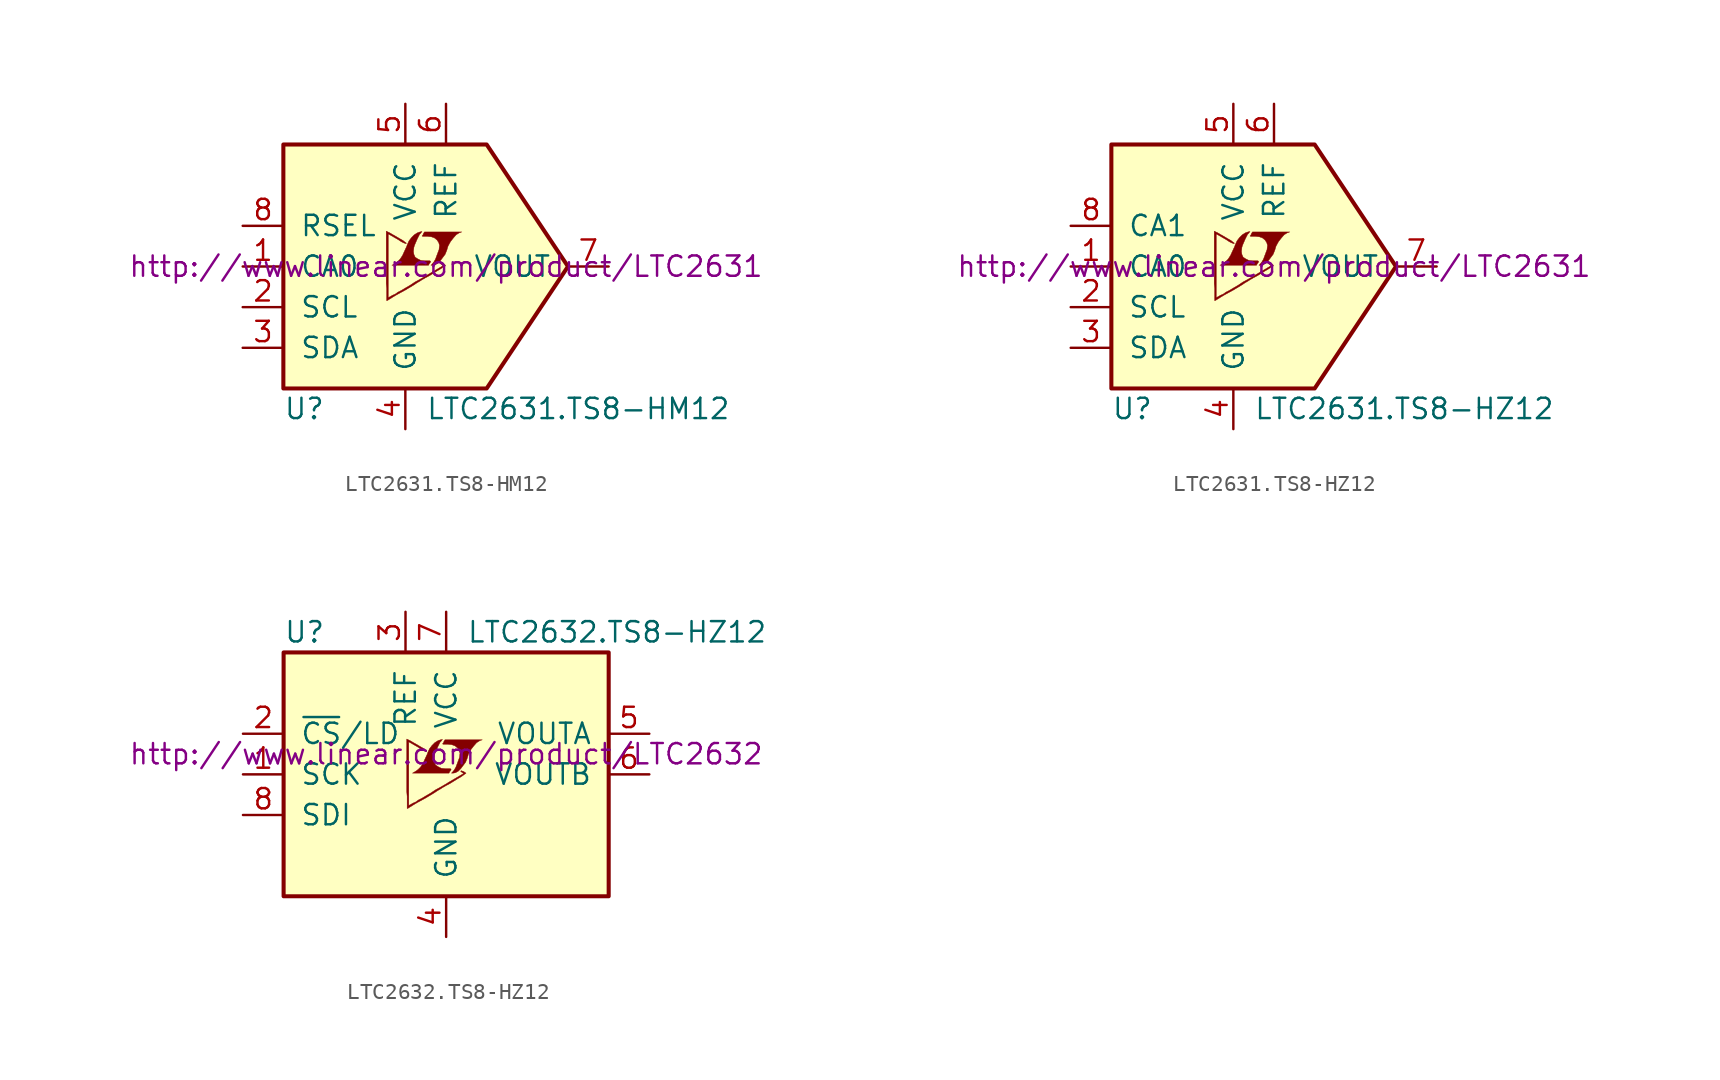
<source format=kicad_sym>
(kicad_symbol_lib
  (version 20201005)
  (generator kicad_symbol_editor)
  (symbol "LTC2631.TS8-HM12"
    (pin_names
      (offset 1.016))
    (property "Reference" "U"
      (at -7.62 -8.89 0)
      (effects (font (size 1.27 1.27)) (justify left)))
    (property "Value" "LTC2631.TS8-HM12"
      (at 1.27 -8.89 0)
      (effects (font (size 1.27 1.27)) (justify left)))
    (property "Datasheet" "http://www.linear.com/product/LTC2631"
      (at 2.54 0 0)
      (effects (font (size 1.27 1.27))))
    (symbol "LTC2631.TS8-HM12_0_0"
      (polyline (pts (xy 1.854 0.102) (xy 2.032 0.203) (xy 2.184 0.356) (xy 2.489 0.762) (xy 2.591 1.016) (xy 2.667 1.27) (xy 2.819 1.549) (xy 2.997 1.778) (xy 3.175 1.981) (xy 3.378 2.108) (xy 3.531 2.159) (xy 1.194 2.159) (xy 1.118 2.032) (xy 1.118 2.007) (xy 1.067 1.93) (xy 1.041 1.905) (xy 1.092 1.88) (xy 1.372 1.88) (xy 1.626 1.854) (xy 1.829 1.778) (xy 1.981 1.651) (xy 2.083 1.499) (xy 2.134 1.321) (xy 2.108 1.092) (xy 2.108 1.067) (xy 1.88 0.457) (xy 1.778 0.279) (xy 1.676 0.152) (xy 1.6 0.076) (xy 1.702 0.076) (xy 1.854 0.102)) (stroke (width 0.025)) (fill (type outline)))
      (polyline (pts (xy 1.499 0.178) (xy 1.524 0.203) (xy 1.575 0.279) (xy 1.575 0.33) (xy 1.524 0.356) (xy 1.219 0.356) (xy 0.965 0.381) (xy 0.762 0.483) (xy 0.61 0.584) (xy 0.533 0.762) (xy 0.508 0.94) (xy 0.533 1.168) (xy 0.533 1.194) (xy 0.584 1.346) (xy 0.737 1.702) (xy 0.889 2.007) (xy 0.965 2.083) (xy 1.041 2.184) (xy 0.914 2.159) (xy 0.762 2.108) (xy 0.559 1.981) (xy 0.381 1.803) (xy 0.229 1.6) (xy 0.102 1.321) (xy 0.102 1.295) (xy -0.051 0.965) (xy -0.178 0.686) (xy -0.33 0.457) (xy -0.483 0.305) (xy -0.66 0.178) (xy -0.838 0.076) (xy 1.448 0.076) (xy 1.499 0.178)) (stroke (width 0.025)) (fill (type outline)))
      (polyline (pts (xy -1.092 -2.108) (xy -1.016 -2.057) (xy -0.889 -1.981) (xy -0.813 -1.93) (xy -0.559 -1.778) (xy 0 -1.473) (xy 0.508 -1.168) (xy 0.737 -1.016) (xy 0.914 -0.914) (xy 1.067 -0.813) (xy 1.168 -0.762) (xy 1.245 -0.711) (xy 1.397 -0.635) (xy 1.575 -0.533) (xy 1.981 -0.279) (xy 2.159 -0.178) (xy 2.311 -0.076) (xy 2.413 0) (xy 2.489 0.051) (xy 2.515 0.076) (xy 2.362 0.178) (xy 2.21 0.229) (xy 2.184 0.203) (xy 2.184 0.178) (xy 2.261 0.127) (xy 2.362 0.051) (xy 1.448 -0.483) (xy 1.245 -0.61) (xy 0.94 -0.787) (xy 0.61 -0.965) (xy 0.305 -1.168) (xy 0 -1.346) (xy -0.254 -1.499) (xy -0.457 -1.6) (xy -0.635 -1.727) (xy -0.813 -1.803) (xy -0.94 -1.88) (xy -1.041 -1.93) (xy -1.067 -1.956) (xy -1.067 2.032) (xy -0.533 1.727) (xy -0.406 1.651) (xy -0.254 1.549) (xy -0.102 1.473) (xy -0.025 1.448) (xy 0.025 1.422) (xy 0.051 1.422) (xy 0.051 1.473) (xy -0.025 1.524) (xy -0.152 1.626) (xy -0.33 1.727) (xy -0.457 1.803) (xy -0.813 2.007) (xy -0.94 2.083) (xy -1.194 2.21) (xy -1.194 -1.067) (xy -1.168 -1.372) (xy -1.168 -2.134) (xy -1.143 -2.134) (xy -1.092 -2.108)) (stroke (width 0.025)) (fill (type outline))))
    (symbol "LTC2631.TS8-HM12_0_1"
      (polyline (pts (xy 10.16 0) (xy 5.08 7.62) (xy -7.62 7.62) (xy -7.62 -7.62) (xy 5.08 -7.62) (xy 10.16 0)) (stroke (width 0.254)) (fill (type background))))
    (symbol "LTC2631.TS8-HM12_1_1"
      (pin input line (at -10.16 0 0) (length 2.54) (name "CA0" (effects (font (size 1.27 1.27)))) (number "1" (effects (font (size 1.27 1.27)))))
      (pin input line (at -10.16 -2.54 0) (length 2.54) (name "SCL" (effects (font (size 1.27 1.27)))) (number "2" (effects (font (size 1.27 1.27)))))
      (pin input line (at -10.16 -5.08 0) (length 2.54) (name "SDA" (effects (font (size 1.27 1.27)))) (number "3" (effects (font (size 1.27 1.27)))))
      (pin power_in line (at 0 -10.16 90) (length 2.54) (name "GND" (effects (font (size 1.27 1.27)))) (number "4" (effects (font (size 1.27 1.27)))))
      (pin power_in line (at 0 10.16 270) (length 2.54) (name "VCC" (effects (font (size 1.27 1.27)))) (number "5" (effects (font (size 1.27 1.27)))))
      (pin passive line (at 2.54 10.16 270) (length 2.54) (name "REF" (effects (font (size 1.27 1.27)))) (number "6" (effects (font (size 1.27 1.27)))))
      (pin output line (at 12.7 0 180) (length 2.54) (name "VOUT" (effects (font (size 1.27 1.27)))) (number "7" (effects (font (size 1.27 1.27)))))
      (pin input line (at -10.16 2.54 0) (length 2.54) (name "RSEL" (effects (font (size 1.27 1.27)))) (number "8" (effects (font (size 1.27 1.27)))))))
  (symbol "LTC2631.TS8-HZ12"
    (pin_names
      (offset 1.016))
    (property "Reference" "U"
      (at -7.62 -8.89 0)
      (effects (font (size 1.27 1.27)) (justify left)))
    (property "Value" "LTC2631.TS8-HZ12"
      (at 1.27 -8.89 0)
      (effects (font (size 1.27 1.27)) (justify left)))
    (property "Datasheet" "http://www.linear.com/product/LTC2631"
      (at 2.54 0 0)
      (effects (font (size 1.27 1.27))))
    (symbol "LTC2631.TS8-HZ12_0_0"
      (polyline (pts (xy 1.854 0.102) (xy 2.032 0.203) (xy 2.184 0.356) (xy 2.489 0.762) (xy 2.591 1.016) (xy 2.667 1.27) (xy 2.819 1.549) (xy 2.997 1.778) (xy 3.175 1.981) (xy 3.378 2.108) (xy 3.531 2.159) (xy 1.194 2.159) (xy 1.118 2.032) (xy 1.118 2.007) (xy 1.067 1.93) (xy 1.041 1.905) (xy 1.092 1.88) (xy 1.372 1.88) (xy 1.626 1.854) (xy 1.829 1.778) (xy 1.981 1.651) (xy 2.083 1.499) (xy 2.134 1.321) (xy 2.108 1.092) (xy 2.108 1.067) (xy 1.88 0.457) (xy 1.778 0.279) (xy 1.676 0.152) (xy 1.6 0.076) (xy 1.702 0.076) (xy 1.854 0.102)) (stroke (width 0.025)) (fill (type outline)))
      (polyline (pts (xy 1.499 0.178) (xy 1.524 0.203) (xy 1.575 0.279) (xy 1.575 0.33) (xy 1.524 0.356) (xy 1.219 0.356) (xy 0.965 0.381) (xy 0.762 0.483) (xy 0.61 0.584) (xy 0.533 0.762) (xy 0.508 0.94) (xy 0.533 1.168) (xy 0.533 1.194) (xy 0.584 1.346) (xy 0.737 1.702) (xy 0.889 2.007) (xy 0.965 2.083) (xy 1.041 2.184) (xy 0.914 2.159) (xy 0.762 2.108) (xy 0.559 1.981) (xy 0.381 1.803) (xy 0.229 1.6) (xy 0.102 1.321) (xy 0.102 1.295) (xy -0.051 0.965) (xy -0.178 0.686) (xy -0.33 0.457) (xy -0.483 0.305) (xy -0.66 0.178) (xy -0.838 0.076) (xy 1.448 0.076) (xy 1.499 0.178)) (stroke (width 0.025)) (fill (type outline)))
      (polyline (pts (xy -1.092 -2.108) (xy -1.016 -2.057) (xy -0.889 -1.981) (xy -0.813 -1.93) (xy -0.559 -1.778) (xy 0 -1.473) (xy 0.508 -1.168) (xy 0.737 -1.016) (xy 0.914 -0.914) (xy 1.067 -0.813) (xy 1.168 -0.762) (xy 1.245 -0.711) (xy 1.397 -0.635) (xy 1.575 -0.533) (xy 1.981 -0.279) (xy 2.159 -0.178) (xy 2.311 -0.076) (xy 2.413 0) (xy 2.489 0.051) (xy 2.515 0.076) (xy 2.362 0.178) (xy 2.21 0.229) (xy 2.184 0.203) (xy 2.184 0.178) (xy 2.261 0.127) (xy 2.362 0.051) (xy 1.448 -0.483) (xy 1.245 -0.61) (xy 0.94 -0.787) (xy 0.61 -0.965) (xy 0.305 -1.168) (xy 0 -1.346) (xy -0.254 -1.499) (xy -0.457 -1.6) (xy -0.635 -1.727) (xy -0.813 -1.803) (xy -0.94 -1.88) (xy -1.041 -1.93) (xy -1.067 -1.956) (xy -1.067 2.032) (xy -0.533 1.727) (xy -0.406 1.651) (xy -0.254 1.549) (xy -0.102 1.473) (xy -0.025 1.448) (xy 0.025 1.422) (xy 0.051 1.422) (xy 0.051 1.473) (xy -0.025 1.524) (xy -0.152 1.626) (xy -0.33 1.727) (xy -0.457 1.803) (xy -0.813 2.007) (xy -0.94 2.083) (xy -1.194 2.21) (xy -1.194 -1.067) (xy -1.168 -1.372) (xy -1.168 -2.134) (xy -1.143 -2.134) (xy -1.092 -2.108)) (stroke (width 0.025)) (fill (type outline))))
    (symbol "LTC2631.TS8-HZ12_0_1"
      (polyline (pts (xy 10.16 0) (xy 5.08 7.62) (xy -7.62 7.62) (xy -7.62 -7.62) (xy 5.08 -7.62) (xy 10.16 0)) (stroke (width 0.254)) (fill (type background))))
    (symbol "LTC2631.TS8-HZ12_1_1"
      (pin input line (at -10.16 0 0) (length 2.54) (name "CA0" (effects (font (size 1.27 1.27)))) (number "1" (effects (font (size 1.27 1.27)))))
      (pin input line (at -10.16 -2.54 0) (length 2.54) (name "SCL" (effects (font (size 1.27 1.27)))) (number "2" (effects (font (size 1.27 1.27)))))
      (pin input line (at -10.16 -5.08 0) (length 2.54) (name "SDA" (effects (font (size 1.27 1.27)))) (number "3" (effects (font (size 1.27 1.27)))))
      (pin power_in line (at 0 -10.16 90) (length 2.54) (name "GND" (effects (font (size 1.27 1.27)))) (number "4" (effects (font (size 1.27 1.27)))))
      (pin power_in line (at 0 10.16 270) (length 2.54) (name "VCC" (effects (font (size 1.27 1.27)))) (number "5" (effects (font (size 1.27 1.27)))))
      (pin passive line (at 2.54 10.16 270) (length 2.54) (name "REF" (effects (font (size 1.27 1.27)))) (number "6" (effects (font (size 1.27 1.27)))))
      (pin output line (at 12.7 0 180) (length 2.54) (name "VOUT" (effects (font (size 1.27 1.27)))) (number "7" (effects (font (size 1.27 1.27)))))
      (pin input line (at -10.16 2.54 0) (length 2.54) (name "CA1" (effects (font (size 1.27 1.27)))) (number "8" (effects (font (size 1.27 1.27)))))))
  (symbol "LTC2632.TS8-HZ12"
    (pin_names
      (offset 1.016))
    (property "Reference" "U"
      (at -10.16 8.89 0)
      (effects (font (size 1.27 1.27)) (justify left)))
    (property "Value" "LTC2632.TS8-HZ12"
      (at 1.27 8.89 0)
      (effects (font (size 1.27 1.27)) (justify left)))
    (property "Datasheet" "http://www.linear.com/product/LTC2632"
      (at 0 1.27 0)
      (effects (font (size 1.27 1.27))))
    (symbol "LTC2632.TS8-HZ12_0_0"
      (polyline (pts (xy 0.584 0.102) (xy 0.762 0.203) (xy 0.914 0.356) (xy 1.219 0.762) (xy 1.321 1.016) (xy 1.397 1.27) (xy 1.549 1.549) (xy 1.727 1.778) (xy 1.905 1.981) (xy 2.108 2.108) (xy 2.261 2.159) (xy -0.076 2.159) (xy -0.152 2.032) (xy -0.152 2.007) (xy -0.203 1.93) (xy -0.229 1.905) (xy -0.178 1.88) (xy 0.102 1.88) (xy 0.356 1.854) (xy 0.559 1.778) (xy 0.711 1.651) (xy 0.813 1.499) (xy 0.864 1.321) (xy 0.838 1.092) (xy 0.838 1.067) (xy 0.61 0.457) (xy 0.508 0.279) (xy 0.406 0.152) (xy 0.33 0.076) (xy 0.432 0.076) (xy 0.584 0.102)) (stroke (width 0.025)) (fill (type outline)))
      (polyline (pts (xy 0.229 0.178) (xy 0.254 0.203) (xy 0.305 0.279) (xy 0.305 0.33) (xy 0.254 0.356) (xy -0.051 0.356) (xy -0.305 0.381) (xy -0.508 0.483) (xy -0.66 0.584) (xy -0.737 0.762) (xy -0.762 0.94) (xy -0.737 1.168) (xy -0.737 1.194) (xy -0.686 1.346) (xy -0.533 1.702) (xy -0.381 2.007) (xy -0.305 2.083) (xy -0.229 2.184) (xy -0.356 2.159) (xy -0.508 2.108) (xy -0.711 1.981) (xy -0.889 1.803) (xy -1.041 1.6) (xy -1.168 1.321) (xy -1.168 1.295) (xy -1.321 0.965) (xy -1.448 0.686) (xy -1.6 0.457) (xy -1.753 0.305) (xy -1.93 0.178) (xy -2.108 0.076) (xy 0.178 0.076) (xy 0.229 0.178)) (stroke (width 0.025)) (fill (type outline)))
      (polyline (pts (xy -2.362 -2.108) (xy -2.286 -2.057) (xy -2.159 -1.981) (xy -2.083 -1.93) (xy -1.829 -1.778) (xy -1.27 -1.473) (xy -0.762 -1.168) (xy -0.533 -1.016) (xy -0.356 -0.914) (xy -0.203 -0.813) (xy -0.102 -0.762) (xy -0.025 -0.711) (xy 0.127 -0.635) (xy 0.305 -0.533) (xy 0.711 -0.279) (xy 0.889 -0.178) (xy 1.041 -0.076) (xy 1.143 0) (xy 1.219 0.051) (xy 1.245 0.076) (xy 1.092 0.178) (xy 0.94 0.229) (xy 0.914 0.203) (xy 0.914 0.178) (xy 0.991 0.127) (xy 1.092 0.051) (xy 0.178 -0.483) (xy -0.025 -0.61) (xy -0.33 -0.787) (xy -0.66 -0.965) (xy -0.965 -1.168) (xy -1.27 -1.346) (xy -1.524 -1.499) (xy -1.727 -1.6) (xy -1.905 -1.727) (xy -2.083 -1.803) (xy -2.21 -1.88) (xy -2.311 -1.93) (xy -2.337 -1.956) (xy -2.337 2.032) (xy -1.803 1.727) (xy -1.676 1.651) (xy -1.524 1.549) (xy -1.372 1.473) (xy -1.295 1.448) (xy -1.245 1.422) (xy -1.219 1.422) (xy -1.219 1.473) (xy -1.295 1.524) (xy -1.422 1.626) (xy -1.6 1.727) (xy -1.727 1.803) (xy -2.083 2.007) (xy -2.21 2.083) (xy -2.464 2.21) (xy -2.464 -1.067) (xy -2.438 -1.372) (xy -2.438 -2.134) (xy -2.413 -2.134) (xy -2.362 -2.108)) (stroke (width 0.025)) (fill (type outline))))
    (symbol "LTC2632.TS8-HZ12_0_1"
      (rectangle (start -10.16 7.62) (end 10.16 -7.62) (stroke (width 0.254)) (fill (type background))))
    (symbol "LTC2632.TS8-HZ12_1_1"
      (pin input line (at -12.7 0 0) (length 2.54) (name "SCK" (effects (font (size 1.27 1.27)))) (number "1" (effects (font (size 1.27 1.27)))))
      (pin input line (at -12.7 2.54 0) (length 2.54) (name "~CS~/LD" (effects (font (size 1.27 1.27)))) (number "2" (effects (font (size 1.27 1.27)))))
      (pin passive line (at -2.54 10.16 270) (length 2.54) (name "REF" (effects (font (size 1.27 1.27)))) (number "3" (effects (font (size 1.27 1.27)))))
      (pin power_in line (at 0 -10.16 90) (length 2.54) (name "GND" (effects (font (size 1.27 1.27)))) (number "4" (effects (font (size 1.27 1.27)))))
      (pin output line (at 12.7 2.54 180) (length 2.54) (name "VOUTA" (effects (font (size 1.27 1.27)))) (number "5" (effects (font (size 1.27 1.27)))))
      (pin output line (at 12.7 0 180) (length 2.54) (name "VOUTB" (effects (font (size 1.27 1.27)))) (number "6" (effects (font (size 1.27 1.27)))))
      (pin power_in line (at 0 10.16 270) (length 2.54) (name "VCC" (effects (font (size 1.27 1.27)))) (number "7" (effects (font (size 1.27 1.27)))))
      (pin input line (at -12.7 -2.54 0) (length 2.54) (name "SDI" (effects (font (size 1.27 1.27)))) (number "8" (effects (font (size 1.27 1.27))))))))
</source>
